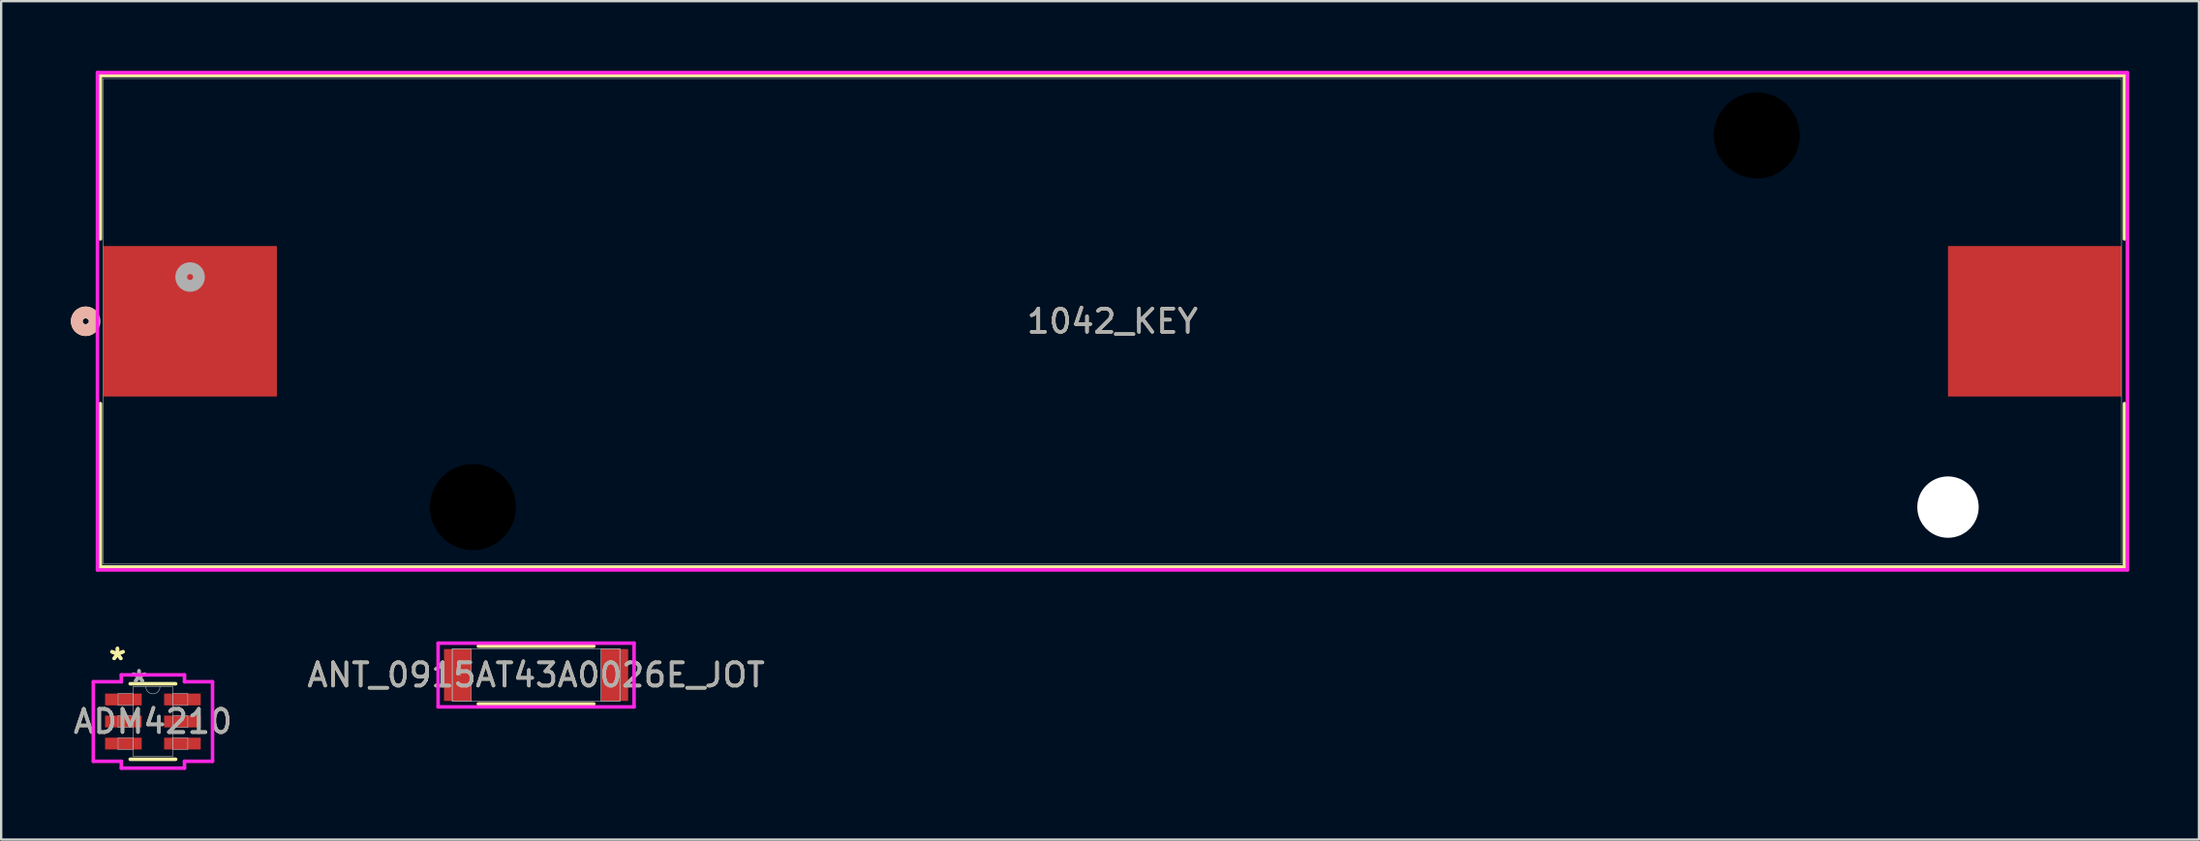
<source format=kicad_pcb>
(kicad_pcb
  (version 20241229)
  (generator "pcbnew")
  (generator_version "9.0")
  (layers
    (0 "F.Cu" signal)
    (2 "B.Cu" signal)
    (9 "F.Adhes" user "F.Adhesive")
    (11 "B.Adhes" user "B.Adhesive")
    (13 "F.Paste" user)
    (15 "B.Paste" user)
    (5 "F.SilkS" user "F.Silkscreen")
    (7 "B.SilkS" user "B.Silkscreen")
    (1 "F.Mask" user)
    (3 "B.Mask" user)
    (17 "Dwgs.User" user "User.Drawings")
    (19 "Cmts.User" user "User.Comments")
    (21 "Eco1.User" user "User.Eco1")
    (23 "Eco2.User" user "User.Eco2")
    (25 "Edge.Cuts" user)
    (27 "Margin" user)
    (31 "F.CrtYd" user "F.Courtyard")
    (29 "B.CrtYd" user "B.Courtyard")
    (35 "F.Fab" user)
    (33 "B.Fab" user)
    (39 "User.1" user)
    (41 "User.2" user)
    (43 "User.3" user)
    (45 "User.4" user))
  (footprint "1042_KEY"
    (layer "F.Cu")
    (at 44.818 10.782)
    (property "Reference" "1042_KEY" (at 0 0 0) (unlocked yes) (layer "F.SilkS") (effects (font (size 1 1) (thickness 0.15))))
    (attr smd)
    (fp_line (start -43.548 -10.579) (end -43.548 -3.546) (stroke (width 0.152) (type solid)) (layer "F.SilkS"))
    (fp_line (start -43.548 3.546) (end -43.548 10.579) (stroke (width 0.152) (type solid)) (layer "F.SilkS"))
    (fp_line (start -43.548 10.579) (end 43.548 10.579) (stroke (width 0.152) (type solid)) (layer "F.SilkS"))
    (fp_line (start 43.548 -10.579) (end -43.548 -10.579) (stroke (width 0.152) (type solid)) (layer "F.SilkS"))
    (fp_line (start 43.548 -3.546) (end 43.548 -10.579) (stroke (width 0.152) (type solid)) (layer "F.SilkS"))
    (fp_line (start 43.548 10.579) (end 43.548 3.546) (stroke (width 0.152) (type solid)) (layer "F.SilkS"))
    (fp_arc (start -43.93184 0.286232) (mid -44.5643 0) (end -43.93184 -0.286232) (stroke (width 0.508) (type solid)) (layer "F.SilkS"))
    (fp_circle (center -44.183 0) (end -43.802 0) (stroke (width 0.508) (type solid)) (fill no) (layer "B.SilkS"))
    (fp_line (start -43.675 -10.706) (end -43.675 10.706) (stroke (width 0.152) (type solid)) (layer "F.CrtYd"))
    (fp_line (start -43.675 10.706) (end 43.675 10.706) (stroke (width 0.152) (type solid)) (layer "F.CrtYd"))
    (fp_line (start 43.675 -10.706) (end -43.675 -10.706) (stroke (width 0.152) (type solid)) (layer "F.CrtYd"))
    (fp_line (start 43.675 10.706) (end 43.675 -10.706) (stroke (width 0.152) (type solid)) (layer "F.CrtYd"))
    (fp_line (start -43.421 -10.452) (end -43.421 10.452) (stroke (width 0.025) (type solid)) (layer "F.Fab"))
    (fp_line (start -43.421 10.452) (end 43.421 10.452) (stroke (width 0.025) (type solid)) (layer "F.Fab"))
    (fp_line (start 43.421 -10.452) (end -43.421 -10.452) (stroke (width 0.025) (type solid)) (layer "F.Fab"))
    (fp_line (start 43.421 10.452) (end 43.421 -10.452) (stroke (width 0.025) (type solid)) (layer "F.Fab"))
    (fp_circle (center -39.688 -1.905) (end -39.306 -1.905) (stroke (width 0.508) (type solid)) (fill no) (layer "F.Fab"))
    (fp_text user "${REFERENCE}" (at 0 0 0) (unlocked yes) (layer "F.Fab") (effects (font (size 1 1) (thickness 0.15))))
    (pad "" np_thru_hole circle (at -27.521 8.001) (size 3.708 3.708) (drill 3.708) (layers))
    (pad "" np_thru_hole circle (at 27.724 -8.001) (size 3.708 3.708) (drill 3.708) (layers))
    (pad "" np_thru_hole circle (at 35.954 8.001) (size 2.642 2.642) (drill 2.642) (layers "*.Cu" "*.Mask"))
    (pad "1" smd rect (at -39.688 0) (size 7.468 6.477) (layers "F.Cu" "F.Mask" "F.Paste"))
    (pad "2" smd rect (at 39.688 0) (size 7.468 6.477) (layers "F.Cu" "F.Mask" "F.Paste")))
  (footprint "ADM4210"
    (layer "F.Cu")
    (at 3.53 28.014)
    (property "Reference" "ADM4210" (at 0 0 0) (unlocked yes) (layer "F.SilkS") (effects (font (size 1 1) (thickness 0.15))))
    (attr smd)
    (fp_line (start -0.978 1.626) (end 0.978 1.626) (stroke (width 0.152) (type solid)) (layer "F.SilkS"))
    (fp_line (start 0.978 -1.626) (end -0.978 -1.626) (stroke (width 0.152) (type solid)) (layer "F.SilkS"))
    (fp_line (start -2.565 -1.712) (end -1.359 -1.712) (stroke (width 0.152) (type solid)) (layer "F.CrtYd"))
    (fp_line (start -2.565 1.712) (end -2.565 -1.712) (stroke (width 0.152) (type solid)) (layer "F.CrtYd"))
    (fp_line (start -1.359 -2.007) (end 1.359 -2.007) (stroke (width 0.152) (type solid)) (layer "F.CrtYd"))
    (fp_line (start -1.359 -1.712) (end -1.359 -2.007) (stroke (width 0.152) (type solid)) (layer "F.CrtYd"))
    (fp_line (start -1.359 1.712) (end -2.565 1.712) (stroke (width 0.152) (type solid)) (layer "F.CrtYd"))
    (fp_line (start -1.359 2.007) (end -1.359 1.712) (stroke (width 0.152) (type solid)) (layer "F.CrtYd"))
    (fp_line (start 1.359 -2.007) (end 1.359 -1.712) (stroke (width 0.152) (type solid)) (layer "F.CrtYd"))
    (fp_line (start 1.359 -1.712) (end 2.565 -1.712) (stroke (width 0.152) (type solid)) (layer "F.CrtYd"))
    (fp_line (start 1.359 1.712) (end 1.359 2.007) (stroke (width 0.152) (type solid)) (layer "F.CrtYd"))
    (fp_line (start 1.359 2.007) (end -1.359 2.007) (stroke (width 0.152) (type solid)) (layer "F.CrtYd"))
    (fp_line (start 2.565 -1.712) (end 2.565 1.712) (stroke (width 0.152) (type solid)) (layer "F.CrtYd"))
    (fp_line (start 2.565 1.712) (end 1.359 1.712) (stroke (width 0.152) (type solid)) (layer "F.CrtYd"))
    (fp_line (start -1.499 -1.204) (end -1.499 -0.696) (stroke (width 0.025) (type solid)) (layer "F.Fab"))
    (fp_line (start -1.499 -0.696) (end -0.851 -0.696) (stroke (width 0.025) (type solid)) (layer "F.Fab"))
    (fp_line (start -1.499 -0.254) (end -1.499 0.254) (stroke (width 0.025) (type solid)) (layer "F.Fab"))
    (fp_line (start -1.499 0.254) (end -0.851 0.254) (stroke (width 0.025) (type solid)) (layer "F.Fab"))
    (fp_line (start -1.499 0.696) (end -1.499 1.204) (stroke (width 0.025) (type solid)) (layer "F.Fab"))
    (fp_line (start -1.499 1.204) (end -0.851 1.204) (stroke (width 0.025) (type solid)) (layer "F.Fab"))
    (fp_line (start -0.851 -1.499) (end -0.851 1.499) (stroke (width 0.025) (type solid)) (layer "F.Fab"))
    (fp_line (start -0.851 -1.204) (end -1.499 -1.204) (stroke (width 0.025) (type solid)) (layer "F.Fab"))
    (fp_line (start -0.851 -0.696) (end -0.851 -1.204) (stroke (width 0.025) (type solid)) (layer "F.Fab"))
    (fp_line (start -0.851 -0.254) (end -1.499 -0.254) (stroke (width 0.025) (type solid)) (layer "F.Fab"))
    (fp_line (start -0.851 0.254) (end -0.851 -0.254) (stroke (width 0.025) (type solid)) (layer "F.Fab"))
    (fp_line (start -0.851 0.696) (end -1.499 0.696) (stroke (width 0.025) (type solid)) (layer "F.Fab"))
    (fp_line (start -0.851 1.204) (end -0.851 0.696) (stroke (width 0.025) (type solid)) (layer "F.Fab"))
    (fp_line (start -0.851 1.499) (end 0.851 1.499) (stroke (width 0.025) (type solid)) (layer "F.Fab"))
    (fp_line (start 0.851 -1.499) (end -0.851 -1.499) (stroke (width 0.025) (type solid)) (layer "F.Fab"))
    (fp_line (start 0.851 -1.204) (end 0.851 -0.696) (stroke (width 0.025) (type solid)) (layer "F.Fab"))
    (fp_line (start 0.851 -0.696) (end 1.499 -0.696) (stroke (width 0.025) (type solid)) (layer "F.Fab"))
    (fp_line (start 0.851 -0.254) (end 0.851 0.254) (stroke (width 0.025) (type solid)) (layer "F.Fab"))
    (fp_line (start 0.851 0.254) (end 1.499 0.254) (stroke (width 0.025) (type solid)) (layer "F.Fab"))
    (fp_line (start 0.851 0.696) (end 0.851 1.204) (stroke (width 0.025) (type solid)) (layer "F.Fab"))
    (fp_line (start 0.851 1.204) (end 1.499 1.204) (stroke (width 0.025) (type solid)) (layer "F.Fab"))
    (fp_line (start 0.851 1.499) (end 0.851 -1.499) (stroke (width 0.025) (type solid)) (layer "F.Fab"))
    (fp_line (start 1.499 -1.204) (end 0.851 -1.204) (stroke (width 0.025) (type solid)) (layer "F.Fab"))
    (fp_line (start 1.499 -0.696) (end 1.499 -1.204) (stroke (width 0.025) (type solid)) (layer "F.Fab"))
    (fp_line (start 1.499 -0.254) (end 0.851 -0.254) (stroke (width 0.025) (type solid)) (layer "F.Fab"))
    (fp_line (start 1.499 0.254) (end 1.499 -0.254) (stroke (width 0.025) (type solid)) (layer "F.Fab"))
    (fp_line (start 1.499 0.696) (end 0.851 0.696) (stroke (width 0.025) (type solid)) (layer "F.Fab"))
    (fp_line (start 1.499 1.204) (end 1.499 0.696) (stroke (width 0.025) (type solid)) (layer "F.Fab"))
    (fp_arc (start 0.3048 -1.4986) (mid 0 -1.1938) (end -0.3048 -1.4986) (stroke (width 0.0254) (type solid)) (layer "F.Fab"))
    (fp_text user "*" (at -1.524 -2.601 0) (layer "F.SilkS") (effects (font (size 1 1) (thickness 0.15))))
    (fp_text user "*" (at -1.524 -2.601 0) (unlocked yes) (layer "F.SilkS") (effects (font (size 1 1) (thickness 0.15))))
    (fp_text user "${REFERENCE}" (at 0 0 0) (unlocked yes) (layer "F.Fab") (effects (font (size 1 1) (thickness 0.15))))
    (fp_text user "*" (at -0.597 -1.636 0) (unlocked yes) (layer "F.Fab") (effects (font (size 1 1) (thickness 0.15))))
    (fp_text user "*" (at -0.597 -1.636 0) (layer "F.Fab") (effects (font (size 1 1) (thickness 0.15))))
    (pad "1" smd rect (at -1.27 -0.95) (size 1.575 0.508) (layers "F.Cu" "F.Mask" "F.Paste"))
    (pad "2" smd rect (at -1.27 0) (size 1.575 0.508) (layers "F.Cu" "F.Mask" "F.Paste"))
    (pad "3" smd rect (at -1.27 0.95) (size 1.575 0.508) (layers "F.Cu" "F.Mask" "F.Paste"))
    (pad "4" smd rect (at 1.27 0.95) (size 1.575 0.508) (layers "F.Cu" "F.Mask" "F.Paste"))
    (pad "5" smd rect (at 1.27 0) (size 1.575 0.508) (layers "F.Cu" "F.Mask" "F.Paste"))
    (pad "6" smd rect (at 1.27 -0.95) (size 1.575 0.508) (layers "F.Cu" "F.Mask" "F.Paste")))
  (footprint "ANT_0915AT43A0026E_JOT"
    (layer "F.Cu")
    (at 20.018 26.012)
    (property "Reference" "ANT_0915AT43A0026E_JOT" (at 0 0 0) (unlocked yes) (layer "F.SilkS") (effects (font (size 1 1) (thickness 0.15))))
    (attr smd)
    (fp_line (start -2.486 1.245) (end 2.486 1.245) (stroke (width 0.152) (type solid)) (layer "F.SilkS"))
    (fp_line (start 2.486 -1.245) (end -2.486 -1.245) (stroke (width 0.152) (type solid)) (layer "F.SilkS"))
    (fp_line (start -4.216 -1.372) (end 4.216 -1.372) (stroke (width 0.152) (type solid)) (layer "F.CrtYd"))
    (fp_line (start -4.216 1.372) (end -4.216 -1.372) (stroke (width 0.152) (type solid)) (layer "F.CrtYd"))
    (fp_line (start 4.216 -1.372) (end 4.216 1.372) (stroke (width 0.152) (type solid)) (layer "F.CrtYd"))
    (fp_line (start 4.216 1.372) (end -4.216 1.372) (stroke (width 0.152) (type solid)) (layer "F.CrtYd"))
    (fp_line (start -3.607 -1.118) (end -3.607 1.118) (stroke (width 0.025) (type solid)) (layer "F.Fab"))
    (fp_line (start -3.607 -1.118) (end -3.607 1.118) (stroke (width 0.025) (type solid)) (layer "F.Fab"))
    (fp_line (start -3.607 1.118) (end -2.794 1.118) (stroke (width 0.025) (type solid)) (layer "F.Fab"))
    (fp_line (start -3.607 1.118) (end 3.607 1.118) (stroke (width 0.025) (type solid)) (layer "F.Fab"))
    (fp_line (start -2.794 -1.118) (end -3.607 -1.118) (stroke (width 0.025) (type solid)) (layer "F.Fab"))
    (fp_line (start -2.794 1.118) (end -2.794 -1.118) (stroke (width 0.025) (type solid)) (layer "F.Fab"))
    (fp_line (start 2.794 -1.118) (end 2.794 1.118) (stroke (width 0.025) (type solid)) (layer "F.Fab"))
    (fp_line (start 2.794 1.118) (end 3.607 1.118) (stroke (width 0.025) (type solid)) (layer "F.Fab"))
    (fp_line (start 3.607 -1.118) (end -3.607 -1.118) (stroke (width 0.025) (type solid)) (layer "F.Fab"))
    (fp_line (start 3.607 -1.118) (end 2.794 -1.118) (stroke (width 0.025) (type solid)) (layer "F.Fab"))
    (fp_line (start 3.607 1.118) (end 3.607 -1.118) (stroke (width 0.025) (type solid)) (layer "F.Fab"))
    (fp_line (start 3.607 1.118) (end 3.607 -1.118) (stroke (width 0.025) (type solid)) (layer "F.Fab"))
    (fp_circle (center -3.251 0) (end -3.251 0) (stroke (width 0.025) (type solid)) (fill no) (layer "F.Fab"))
    (fp_text user "${REFERENCE}" (at 0 0 0) (unlocked yes) (layer "F.Fab") (effects (font (size 1 1) (thickness 0.15))))
    (pad "1" smd rect (at -3.378 0) (size 1.168 2.235) (layers "F.Cu" "F.Mask" "F.Paste"))
    (pad "2" smd rect (at 3.378 0) (size 1.168 2.235) (layers "F.Cu" "F.Mask" "F.Paste"))
    (zone (net_name "") (layer "F.Cu") (hatch full 0.508) (connect_pads) (min_thickness 0.254) (filled_areas_thickness no) (keepout (tracks not_allowed) (vias not_allowed) (pads allowed) (copperpour not_allowed) (footprints allowed)) (placement (enabled no)) (fill) (polygon (pts (xy 17.275 24.946) (xy 22.761 24.946) (xy 22.761 27.079) (xy 17.275 27.079)))))
  (gr_rect
    (start -3 -3)
    (end 91.57 33.097)
    (stroke (width 0.1) (type default))
    (fill no)
    (layer "Edge.Cuts")))
</source>
